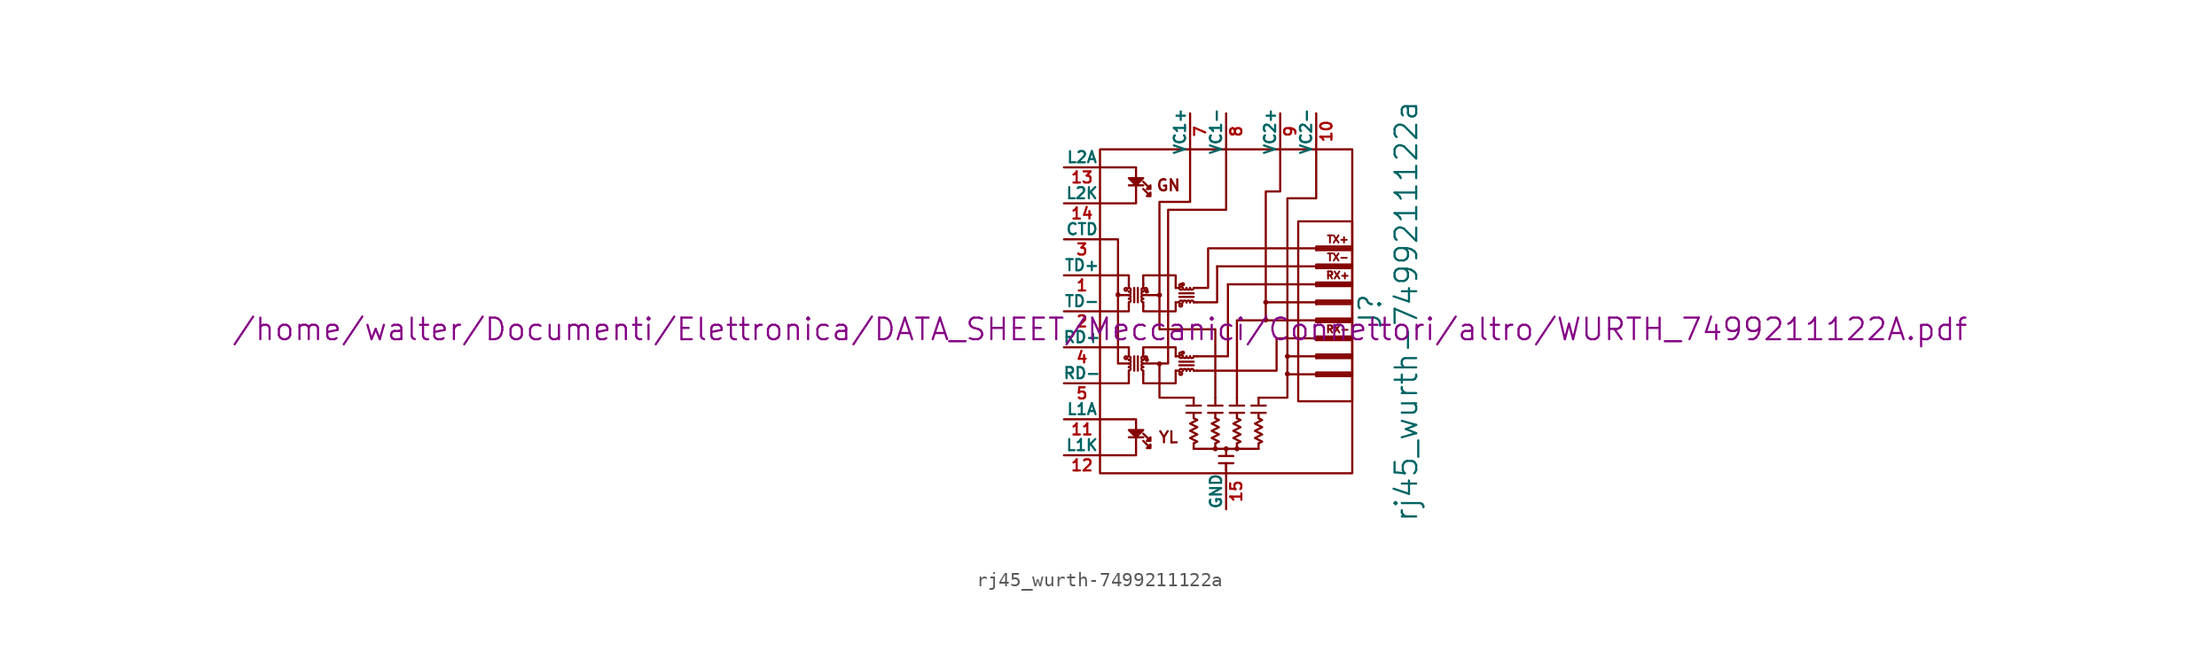
<source format=kicad_sym>
(kicad_symbol_lib
  (version 20201005)
  (generator kicad_symbol_editor)
  (symbol "rj45_wurth-7499211122a"
    (pin_names
      (offset 0))
    (property "Reference" "J"
      (at 11.43 0 90)
      (effects (font (size 1.524 1.524))))
    (property "Value" "rj45_wurth-7499211122a"
      (at 13.97 0 90)
      (effects (font (size 1.524 1.524))))
    (property "Footprint" ""
      (at -7.62 -1.27 0)
      (effects (font (size 1.524 1.524))))
    (property "Datasheet" "/home/walter/Documenti/Elettronica/DATA_SHEET/Meccanici/Connettori/altro/WURTH_7499211122A.pdf"
      (at -7.62 -1.27 0)
      (effects (font (size 1.524 1.524))))
    (symbol "rj45_wurth-7499211122a_0_0"
      (text "GN" (at -2.794 8.89 0) (effects (font (size 0.787 0.787))))
      (text "RX+" (at 9.144 2.54 0) (effects (font (size 0.508 0.508))))
      (text "RX-" (at 9.144 -1.27 0) (effects (font (size 0.508 0.508))))
      (text "TX+" (at 9.144 5.08 0) (effects (font (size 0.508 0.508))))
      (text "TX-" (at 9.144 3.81 0) (effects (font (size 0.508 0.508))))
      (text "YL" (at -2.794 -8.89 0) (effects (font (size 0.787 0.787))))
      (polyline (pts (xy -1.016 -6.096) (xy -1.016 -6.655)) (stroke (width 0)) (fill (type none)))
      (polyline (pts (xy 0.508 -6.096) (xy 0.508 -6.655)) (stroke (width 0)) (fill (type none)))
      (polyline (pts (xy 1.27 -10.719) (xy 1.27 -11.405)) (stroke (width 0)) (fill (type none)))
      (polyline (pts (xy 2.032 -6.096) (xy 2.032 -6.655)) (stroke (width 0)) (fill (type none)))
      (polyline (pts (xy 3.556 -6.096) (xy 3.556 -6.655)) (stroke (width 0)) (fill (type none)))
      (polyline (pts (xy -3.429 1.143) (xy -3.429 7.722) (xy -1.27 7.722) (xy -1.27 11.455)) (stroke (width 0)) (fill (type none)))
      (polyline (pts (xy 5.08 11.455) (xy 5.08 8.458) (xy 4.064 8.458) (xy 4.064 0.635)) (stroke (width 0)) (fill (type none)))
      (polyline (pts (xy 1.27 11.455) (xy 1.27 7.163) (xy -2.819 7.163) (xy -2.819 -3.683) (xy -3.429 -3.683)) (stroke (width 0)) (fill (type none)))
      (polyline (pts (xy 5.588 -3.175) (xy 5.588 7.976) (xy 7.595 7.976) (xy 7.62 7.976) (xy 7.62 11.455)) (stroke (width 0)) (fill (type none))))
    (symbol "rj45_wurth-7499211122a_0_1"
      (arc (start -5.588 -4.191) (end -5.588 -3.937) (radius (at -5.588 -4.064) (length 0.127) (angles -89.9 89.9)) (stroke (width 0)) (fill (type none)))
      (arc (start -5.588 -3.937) (end -5.588 -3.683) (radius (at -5.588 -3.81) (length 0.127) (angles -89.9 89.9)) (stroke (width 0)) (fill (type none)))
      (arc (start -5.588 -3.683) (end -5.588 -3.429) (radius (at -5.588 -3.556) (length 0.127) (angles -89.9 89.9)) (stroke (width 0)) (fill (type none)))
      (arc (start -5.588 -3.429) (end -5.588 -3.175) (radius (at -5.588 -3.302) (length 0.127) (angles -89.9 89.9)) (stroke (width 0)) (fill (type none)))
      (arc (start -5.588 0.635) (end -5.588 0.889) (radius (at -5.588 0.762) (length 0.127) (angles -89.9 89.9)) (stroke (width 0)) (fill (type none)))
      (arc (start -5.588 0.889) (end -5.588 1.143) (radius (at -5.588 1.016) (length 0.127) (angles -89.9 89.9)) (stroke (width 0)) (fill (type none)))
      (arc (start -5.588 1.143) (end -5.588 1.397) (radius (at -5.588 1.27) (length 0.127) (angles -89.9 89.9)) (stroke (width 0)) (fill (type none)))
      (arc (start -5.588 1.397) (end -5.588 1.651) (radius (at -5.588 1.524) (length 0.127) (angles -89.9 89.9)) (stroke (width 0)) (fill (type none)))
      (arc (start -4.572 -3.937) (end -4.572 -4.191) (radius (at -4.572 -4.064) (length 0.127) (angles 90.1 -90.1)) (stroke (width 0)) (fill (type none)))
      (arc (start -4.572 -3.683) (end -4.572 -3.937) (radius (at -4.572 -3.81) (length 0.127) (angles 90.1 -90.1)) (stroke (width 0)) (fill (type none)))
      (arc (start -4.572 -3.429) (end -4.572 -3.683) (radius (at -4.572 -3.556) (length 0.127) (angles 90.1 -90.1)) (stroke (width 0)) (fill (type none)))
      (arc (start -4.572 -3.175) (end -4.572 -3.429) (radius (at -4.572 -3.302) (length 0.127) (angles 90.1 -90.1)) (stroke (width 0)) (fill (type none)))
      (arc (start -4.572 0.889) (end -4.572 0.635) (radius (at -4.572 0.762) (length 0.127) (angles 90.1 -90.1)) (stroke (width 0)) (fill (type none)))
      (arc (start -4.572 1.143) (end -4.572 0.889) (radius (at -4.572 1.016) (length 0.127) (angles 90.1 -90.1)) (stroke (width 0)) (fill (type none)))
      (arc (start -4.572 1.397) (end -4.572 1.143) (radius (at -4.572 1.27) (length 0.127) (angles 90.1 -90.1)) (stroke (width 0)) (fill (type none)))
      (arc (start -4.572 1.651) (end -4.572 1.397) (radius (at -4.572 1.524) (length 0.127) (angles 90.1 -90.1)) (stroke (width 0)) (fill (type none)))
      (arc (start -1.778 -4.191) (end -2.032 -4.191) (radius (at -1.905 -4.191) (length 0.127) (angles 0.1 179.9)) (stroke (width 0)) (fill (type none)))
      (arc (start -2.032 -3.175) (end -1.778 -3.175) (radius (at -1.905 -3.175) (length 0.127) (angles -179.9 -0.1)) (stroke (width 0)) (fill (type none)))
      (arc (start -1.778 0.635) (end -2.032 0.635) (radius (at -1.905 0.635) (length 0.127) (angles 0.1 179.9)) (stroke (width 0)) (fill (type none)))
      (arc (start -2.032 1.651) (end -1.778 1.651) (radius (at -1.905 1.651) (length 0.127) (angles -179.9 -0.1)) (stroke (width 0)) (fill (type none)))
      (arc (start -1.524 -4.191) (end -1.778 -4.191) (radius (at -1.651 -4.191) (length 0.127) (angles 0.1 179.9)) (stroke (width 0)) (fill (type none)))
      (arc (start -1.778 -3.175) (end -1.524 -3.175) (radius (at -1.651 -3.175) (length 0.127) (angles -179.9 -0.1)) (stroke (width 0)) (fill (type none)))
      (arc (start -1.524 0.635) (end -1.778 0.635) (radius (at -1.651 0.635) (length 0.127) (angles 0.1 179.9)) (stroke (width 0)) (fill (type none)))
      (arc (start -1.778 1.651) (end -1.524 1.651) (radius (at -1.651 1.651) (length 0.127) (angles -179.9 -0.1)) (stroke (width 0)) (fill (type none)))
      (arc (start -1.27 -4.191) (end -1.524 -4.191) (radius (at -1.397 -4.191) (length 0.127) (angles 0.1 179.9)) (stroke (width 0)) (fill (type none)))
      (arc (start -1.524 -3.175) (end -1.27 -3.175) (radius (at -1.397 -3.175) (length 0.127) (angles -179.9 -0.1)) (stroke (width 0)) (fill (type none)))
      (arc (start -1.27 0.635) (end -1.524 0.635) (radius (at -1.397 0.635) (length 0.127) (angles 0.1 179.9)) (stroke (width 0)) (fill (type none)))
      (arc (start -1.524 1.651) (end -1.27 1.651) (radius (at -1.397 1.651) (length 0.127) (angles -179.9 -0.1)) (stroke (width 0)) (fill (type none)))
      (arc (start -1.016 -4.191) (end -1.27 -4.191) (radius (at -1.143 -4.191) (length 0.127) (angles 0.1 179.9)) (stroke (width 0)) (fill (type none)))
      (arc (start -1.27 -3.175) (end -1.016 -3.175) (radius (at -1.143 -3.175) (length 0.127) (angles -179.9 -0.1)) (stroke (width 0)) (fill (type none)))
      (arc (start -1.016 0.635) (end -1.27 0.635) (radius (at -1.143 0.635) (length 0.127) (angles 0.1 179.9)) (stroke (width 0)) (fill (type none)))
      (arc (start -1.27 1.651) (end -1.016 1.651) (radius (at -1.143 1.651) (length 0.127) (angles -179.9 -0.1)) (stroke (width 0)) (fill (type none)))
      (circle (center -6.35 1.168) (radius 0.102) (stroke (width 0)) (fill (type none)))
      (circle (center -5.791 -3.277) (radius 0.025) (stroke (width 0)) (fill (type none)))
      (circle (center -5.791 1.549) (radius 0.025) (stroke (width 0)) (fill (type none)))
      (circle (center -4.394 -3.277) (radius 0.025) (stroke (width 0)) (fill (type none)))
      (circle (center -4.394 1.549) (radius 0.025) (stroke (width 0)) (fill (type none)))
      (circle (center -4.318 -3.429) (radius 0) (stroke (width 0)) (fill (type none)))
      (circle (center -4.318 1.397) (radius 0) (stroke (width 0)) (fill (type none)))
      (circle (center -3.429 -3.708) (radius 0.102) (stroke (width 0)) (fill (type none)))
      (circle (center -3.429 1.143) (radius 0.102) (stroke (width 0)) (fill (type none)))
      (circle (center -1.93 -4.394) (radius 0.025) (stroke (width 0)) (fill (type none)))
      (circle (center -1.93 -2.997) (radius 0.025) (stroke (width 0)) (fill (type none)))
      (circle (center -1.93 0.432) (radius 0.025) (stroke (width 0)) (fill (type none)))
      (circle (center -1.93 1.829) (radius 0.025) (stroke (width 0)) (fill (type none)))
      (circle (center -1.778 -2.921) (radius 0) (stroke (width 0)) (fill (type none)))
      (circle (center -1.778 1.905) (radius 0) (stroke (width 0)) (fill (type none)))
      (circle (center 0.508 -9.703) (radius 0.102) (stroke (width 0)) (fill (type none)))
      (circle (center 1.27 -9.703) (radius 0.102) (stroke (width 0)) (fill (type none)))
      (circle (center 2.032 -9.703) (radius 0.102) (stroke (width 0)) (fill (type none)))
      (circle (center 4.064 -0.61) (radius 0.102) (stroke (width 0)) (fill (type none)))
      (circle (center 4.064 0.635) (radius 0.102) (stroke (width 0)) (fill (type none)))
      (circle (center 5.588 -4.42) (radius 0.102) (stroke (width 0)) (fill (type none)))
      (circle (center 5.588 -3.175) (radius 0.102) (stroke (width 0)) (fill (type none)))
      (rectangle (start 10.16 6.35) (end 6.35 -6.35) (stroke (width 0)) (fill (type none)))
      (rectangle (start 10.16 11.43) (end -7.62 -11.43) (stroke (width 0)) (fill (type none)))
      (polyline (pts (xy -6.35 1.143) (xy -5.588 1.143)) (stroke (width 0)) (fill (type none)))
      (polyline (pts (xy -5.588 -8.89) (xy -4.572 -8.89)) (stroke (width 0)) (fill (type none)))
      (polyline (pts (xy -5.588 -4.191) (xy -5.588 -4.445)) (stroke (width 0)) (fill (type none)))
      (polyline (pts (xy -5.588 -2.921) (xy -5.588 -3.175)) (stroke (width 0)) (fill (type none)))
      (polyline (pts (xy -5.588 0.635) (xy -5.588 0.381)) (stroke (width 0)) (fill (type none)))
      (polyline (pts (xy -5.588 1.905) (xy -5.588 1.651)) (stroke (width 0)) (fill (type none)))
      (polyline (pts (xy -5.588 8.89) (xy -4.572 8.89)) (stroke (width 0)) (fill (type none)))
      (polyline (pts (xy -5.207 -4.191) (xy -5.207 -3.175)) (stroke (width 0)) (fill (type none)))
      (polyline (pts (xy -5.207 0.635) (xy -5.207 1.651)) (stroke (width 0)) (fill (type none)))
      (polyline (pts (xy -4.953 -3.175) (xy -4.953 -4.191)) (stroke (width 0)) (fill (type none)))
      (polyline (pts (xy -4.953 1.651) (xy -4.953 0.635)) (stroke (width 0)) (fill (type none)))
      (polyline (pts (xy -4.572 -4.191) (xy -4.572 -4.445)) (stroke (width 0)) (fill (type none)))
      (polyline (pts (xy -4.572 -2.921) (xy -4.572 -3.175)) (stroke (width 0)) (fill (type none)))
      (polyline (pts (xy -4.572 0.635) (xy -4.572 0.381)) (stroke (width 0)) (fill (type none)))
      (polyline (pts (xy -4.572 1.905) (xy -4.572 1.651)) (stroke (width 0)) (fill (type none)))
      (polyline (pts (xy -2.286 -4.191) (xy -2.032 -4.191)) (stroke (width 0)) (fill (type none)))
      (polyline (pts (xy -2.286 -3.175) (xy -2.032 -3.175)) (stroke (width 0)) (fill (type none)))
      (polyline (pts (xy -2.286 0.635) (xy -2.032 0.635)) (stroke (width 0)) (fill (type none)))
      (polyline (pts (xy -2.286 1.651) (xy -2.032 1.651)) (stroke (width 0)) (fill (type none)))
      (polyline (pts (xy -2.032 -3.556) (xy -1.016 -3.556)) (stroke (width 0)) (fill (type none)))
      (polyline (pts (xy -2.032 1.27) (xy -1.016 1.27)) (stroke (width 0)) (fill (type none)))
      (polyline (pts (xy -1.524 -6.655) (xy -0.508 -6.655)) (stroke (width 0)) (fill (type none)))
      (polyline (pts (xy -1.016 -9.703) (xy -1.016 -9.322)) (stroke (width 0)) (fill (type none)))
      (polyline (pts (xy -1.016 -7.544) (xy -1.016 -7.163)) (stroke (width 0)) (fill (type none)))
      (polyline (pts (xy -1.016 -4.191) (xy -0.762 -4.191)) (stroke (width 0)) (fill (type none)))
      (polyline (pts (xy -1.016 -3.81) (xy -2.032 -3.81)) (stroke (width 0)) (fill (type none)))
      (polyline (pts (xy -1.016 -3.175) (xy -0.762 -3.175)) (stroke (width 0)) (fill (type none)))
      (polyline (pts (xy -1.016 0.635) (xy -0.762 0.635)) (stroke (width 0)) (fill (type none)))
      (polyline (pts (xy -1.016 1.016) (xy -2.032 1.016)) (stroke (width 0)) (fill (type none)))
      (polyline (pts (xy -1.016 1.651) (xy -0.762 1.651)) (stroke (width 0)) (fill (type none)))
      (polyline (pts (xy -0.508 -7.163) (xy -1.524 -7.163)) (stroke (width 0)) (fill (type none)))
      (polyline (pts (xy 0 -6.655) (xy 1.016 -6.655)) (stroke (width 0)) (fill (type none)))
      (polyline (pts (xy 0.508 -9.703) (xy 0.508 -9.322)) (stroke (width 0)) (fill (type none)))
      (polyline (pts (xy 0.508 -7.544) (xy 0.508 -7.163)) (stroke (width 0)) (fill (type none)))
      (polyline (pts (xy 0.762 -10.211) (xy 1.778 -10.211)) (stroke (width 0)) (fill (type none)))
      (polyline (pts (xy 1.016 -7.163) (xy 0 -7.163)) (stroke (width 0)) (fill (type none)))
      (polyline (pts (xy 1.27 -10.719) (xy 1.27 -11.227)) (stroke (width 0)) (fill (type none)))
      (polyline (pts (xy 1.27 -9.703) (xy 1.27 -10.211)) (stroke (width 0)) (fill (type none)))
      (polyline (pts (xy 1.524 -6.655) (xy 2.54 -6.655)) (stroke (width 0)) (fill (type none)))
      (polyline (pts (xy 1.778 -10.719) (xy 0.762 -10.719)) (stroke (width 0)) (fill (type none)))
      (polyline (pts (xy 2.032 -9.703) (xy 2.032 -9.322)) (stroke (width 0)) (fill (type none)))
      (polyline (pts (xy 2.032 -7.544) (xy 2.032 -7.163)) (stroke (width 0)) (fill (type none)))
      (polyline (pts (xy 2.54 -7.163) (xy 1.524 -7.163)) (stroke (width 0)) (fill (type none)))
      (polyline (pts (xy 3.048 -6.655) (xy 4.064 -6.655)) (stroke (width 0)) (fill (type none)))
      (polyline (pts (xy 3.556 -9.703) (xy -1.016 -9.703)) (stroke (width 0)) (fill (type none)))
      (polyline (pts (xy 3.556 -9.703) (xy 3.556 -9.322)) (stroke (width 0)) (fill (type none)))
      (polyline (pts (xy 3.556 -7.544) (xy 3.556 -7.163)) (stroke (width 0)) (fill (type none)))
      (polyline (pts (xy 4.064 -7.163) (xy 3.048 -7.163)) (stroke (width 0)) (fill (type none)))
      (polyline (pts (xy 4.064 0.635) (xy 4.064 -0.635)) (stroke (width 0)) (fill (type none)))
      (polyline (pts (xy 7.62 -4.572) (xy 10.16 -4.572)) (stroke (width 0)) (fill (type none)))
      (polyline (pts (xy 7.62 -4.445) (xy 5.588 -4.445)) (stroke (width 0)) (fill (type none)))
      (polyline (pts (xy 7.62 -4.445) (xy 10.16 -4.445)) (stroke (width 0)) (fill (type none)))
      (polyline (pts (xy 7.62 -3.302) (xy 10.16 -3.302)) (stroke (width 0)) (fill (type none)))
      (polyline (pts (xy 7.62 -3.175) (xy 10.16 -3.175)) (stroke (width 0)) (fill (type none)))
      (polyline (pts (xy 7.62 -2.032) (xy 10.16 -2.032)) (stroke (width 0)) (fill (type none)))
      (polyline (pts (xy 7.62 -1.905) (xy 4.826 -1.905)) (stroke (width 0)) (fill (type none)))
      (polyline (pts (xy 7.62 -1.905) (xy 10.16 -1.905)) (stroke (width 0)) (fill (type none)))
      (polyline (pts (xy 7.62 -0.762) (xy 10.16 -0.762)) (stroke (width 0)) (fill (type none)))
      (polyline (pts (xy 7.62 -0.635) (xy 4.064 -0.635)) (stroke (width 0)) (fill (type none)))
      (polyline (pts (xy 7.62 -0.635) (xy 10.16 -0.635)) (stroke (width 0)) (fill (type none)))
      (polyline (pts (xy 7.62 0.508) (xy 10.16 0.508)) (stroke (width 0)) (fill (type none)))
      (polyline (pts (xy 7.62 0.635) (xy 4.064 0.635)) (stroke (width 0)) (fill (type none)))
      (polyline (pts (xy 7.62 0.635) (xy 10.16 0.635)) (stroke (width 0)) (fill (type none)))
      (polyline (pts (xy 7.62 1.778) (xy 10.16 1.778)) (stroke (width 0)) (fill (type none)))
      (polyline (pts (xy 7.62 1.905) (xy 1.397 1.905)) (stroke (width 0)) (fill (type none)))
      (polyline (pts (xy 7.62 1.905) (xy 10.16 1.905)) (stroke (width 0)) (fill (type none)))
      (polyline (pts (xy 7.62 3.048) (xy 10.16 3.048)) (stroke (width 0)) (fill (type none)))
      (polyline (pts (xy 7.62 3.175) (xy 0.635 3.175)) (stroke (width 0)) (fill (type none)))
      (polyline (pts (xy 7.62 3.175) (xy 10.16 3.175)) (stroke (width 0)) (fill (type none)))
      (polyline (pts (xy 7.62 4.318) (xy 10.16 4.318)) (stroke (width 0)) (fill (type none)))
      (polyline (pts (xy 7.62 4.445) (xy 10.16 4.445)) (stroke (width 0)) (fill (type none)))
      (polyline (pts (xy -7.62 -2.54) (xy -5.588 -2.54) (xy -5.588 -2.921)) (stroke (width 0)) (fill (type none)))
      (polyline (pts (xy -7.62 0) (xy -5.588 0) (xy -5.588 0.381)) (stroke (width 0)) (fill (type none)))
      (polyline (pts (xy -7.62 2.54) (xy -5.588 2.54) (xy -5.588 1.905)) (stroke (width 0)) (fill (type none)))
      (polyline (pts (xy -6.35 1.143) (xy -6.35 -3.683) (xy -5.588 -3.683)) (stroke (width 0)) (fill (type none)))
      (polyline (pts (xy -6.35 1.143) (xy -6.35 5.08) (xy -7.62 5.08)) (stroke (width 0)) (fill (type none)))
      (polyline (pts (xy -5.588 -4.445) (xy -5.588 -5.08) (xy -7.62 -5.08)) (stroke (width 0)) (fill (type none)))
      (polyline (pts (xy -5.08 -8.89) (xy -5.08 -10.16) (xy -7.62 -10.16)) (stroke (width 0)) (fill (type none)))
      (polyline (pts (xy -5.08 -8.382) (xy -5.08 -7.62) (xy -7.62 -7.62)) (stroke (width 0)) (fill (type none)))
      (polyline (pts (xy -5.08 8.89) (xy -5.08 7.62) (xy -7.62 7.62)) (stroke (width 0)) (fill (type none)))
      (polyline (pts (xy -5.08 9.398) (xy -5.08 10.16) (xy -7.62 10.16)) (stroke (width 0)) (fill (type none)))
      (polyline (pts (xy 0.508 -6.096) (xy 0.508 -1.27) (xy -1.778 -1.27)) (stroke (width 0)) (fill (type none)))
      (polyline (pts (xy 0.635 3.175) (xy 0.635 0.635) (xy -0.762 0.635)) (stroke (width 0)) (fill (type none)))
      (polyline (pts (xy 1.397 1.905) (xy 1.397 -3.175) (xy -0.762 -3.175)) (stroke (width 0)) (fill (type none)))
      (polyline (pts (xy 2.032 -6.096) (xy 2.032 -0.635) (xy 4.064 -0.635)) (stroke (width 0)) (fill (type none)))
      (polyline (pts (xy 3.556 -6.096) (xy 5.588 -6.096) (xy 5.588 -4.445)) (stroke (width 0)) (fill (type none)))
      (polyline (pts (xy 4.826 -1.905) (xy 4.826 -4.191) (xy -0.762 -4.191)) (stroke (width 0)) (fill (type none)))
      (polyline (pts (xy 5.588 -4.445) (xy 5.588 -3.175) (xy 7.62 -3.175)) (stroke (width 0)) (fill (type none)))
      (polyline (pts (xy 7.62 -4.572) (xy 7.62 -4.318) (xy 10.16 -4.318)) (stroke (width 0)) (fill (type none)))
      (polyline (pts (xy 7.62 -3.302) (xy 7.62 -3.048) (xy 10.16 -3.048)) (stroke (width 0)) (fill (type none)))
      (polyline (pts (xy 7.62 -2.032) (xy 7.62 -1.778) (xy 10.16 -1.778)) (stroke (width 0)) (fill (type none)))
      (polyline (pts (xy 7.62 -0.762) (xy 7.62 -0.508) (xy 10.16 -0.508)) (stroke (width 0)) (fill (type none)))
      (polyline (pts (xy 7.62 0.508) (xy 7.62 0.762) (xy 10.16 0.762)) (stroke (width 0)) (fill (type none)))
      (polyline (pts (xy 7.62 1.778) (xy 7.62 2.032) (xy 10.16 2.032)) (stroke (width 0)) (fill (type none)))
      (polyline (pts (xy 7.62 3.048) (xy 7.62 3.302) (xy 10.16 3.302)) (stroke (width 0)) (fill (type none)))
      (polyline (pts (xy 7.62 4.318) (xy 7.62 4.572) (xy 10.16 4.572)) (stroke (width 0)) (fill (type none)))
      (polyline (pts (xy -4.572 -4.445) (xy -4.572 -5.08) (xy -2.286 -5.08) (xy -2.286 -4.191)) (stroke (width 0)) (fill (type none)))
      (polyline (pts (xy -4.572 -3.683) (xy -3.429 -3.683) (xy -3.429 -6.096) (xy -1.016 -6.096)) (stroke (width 0)) (fill (type none)))
      (polyline (pts (xy -4.572 -2.921) (xy -4.572 -2.54) (xy -2.286 -2.54) (xy -2.286 -3.175)) (stroke (width 0)) (fill (type none)))
      (polyline (pts (xy -4.572 0.381) (xy -4.572 0) (xy -2.286 0) (xy -2.286 0.635)) (stroke (width 0)) (fill (type none)))
      (polyline (pts (xy -4.572 1.143) (xy -3.429 1.143) (xy -3.429 -1.27) (xy -1.778 -1.27)) (stroke (width 0)) (fill (type none)))
      (polyline (pts (xy -4.572 1.905) (xy -4.572 2.54) (xy -2.286 2.54) (xy -2.286 1.651)) (stroke (width 0)) (fill (type none)))
      (polyline (pts (xy 7.62 4.445) (xy 0 4.445) (xy 0 1.651) (xy -0.762 1.651)) (stroke (width 0)) (fill (type none)))
      (polyline (pts (xy -4.572 -9.144) (xy -4.064 -9.652) (xy -4.064 -9.398) (xy -4.318 -9.652) (xy -4.064 -9.652)) (stroke (width 0)) (fill (type none)))
      (polyline (pts (xy -4.572 -8.636) (xy -4.064 -9.144) (xy -4.064 -8.89) (xy -4.318 -9.144) (xy -4.064 -9.144)) (stroke (width 0)) (fill (type none)))
      (polyline (pts (xy -4.572 8.636) (xy -4.064 8.128) (xy -4.064 8.382) (xy -4.318 8.128) (xy -4.064 8.128)) (stroke (width 0)) (fill (type none)))
      (polyline (pts (xy -4.572 9.144) (xy -4.064 8.636) (xy -4.064 8.89) (xy -4.318 8.636) (xy -4.064 8.636)) (stroke (width 0)) (fill (type none)))
      (polyline (pts (xy -1.016 -7.544) (xy -0.762 -7.671) (xy -1.27 -7.925) (xy -0.762 -8.179) (xy -1.27 -8.433) (xy -0.762 -8.687) (xy -1.27 -8.941) (xy -0.762 -9.195) (xy -1.016 -9.322)) (stroke (width 0)) (fill (type none)))
      (polyline (pts (xy 0.508 -7.544) (xy 0.762 -7.671) (xy 0.254 -7.925) (xy 0.762 -8.179) (xy 0.254 -8.433) (xy 0.762 -8.687) (xy 0.254 -8.941) (xy 0.762 -9.195) (xy 0.508 -9.322)) (stroke (width 0)) (fill (type none)))
      (polyline (pts (xy 2.032 -7.544) (xy 2.286 -7.671) (xy 1.778 -7.925) (xy 2.286 -8.179) (xy 1.778 -8.433) (xy 2.286 -8.687) (xy 1.778 -8.941) (xy 2.286 -9.195) (xy 2.032 -9.322)) (stroke (width 0)) (fill (type none)))
      (polyline (pts (xy 3.556 -7.544) (xy 3.81 -7.671) (xy 3.302 -7.925) (xy 3.81 -8.179) (xy 3.302 -8.433) (xy 3.81 -8.687) (xy 3.302 -8.941) (xy 3.81 -9.195) (xy 3.556 -9.322)) (stroke (width 0)) (fill (type none)))
      (polyline (pts (xy -5.588 -8.382) (xy -5.08 -8.89) (xy -4.572 -8.382) (xy -5.588 -8.382)) (stroke (width 0)) (fill (type outline)))
      (polyline (pts (xy -5.588 9.398) (xy -5.08 8.89) (xy -4.572 9.398) (xy -5.588 9.398)) (stroke (width 0)) (fill (type outline))))
    (symbol "rj45_wurth-7499211122a_1_1"
      (pin passive line (at -10.16 2.54 0) (length 2.54) (name "TD+" (effects (font (size 0.787 0.787)))) (number "1" (effects (font (size 0.787 0.787)))))
      (pin passive line (at 7.62 13.97 270) (length 2.54) (name "VC2-" (effects (font (size 0.787 0.787)))) (number "10" (effects (font (size 0.787 0.787)))))
      (pin passive line (at -10.16 -7.62 0) (length 2.54) (name "L1A" (effects (font (size 0.787 0.787)))) (number "11" (effects (font (size 0.787 0.787)))))
      (pin passive line (at -10.16 -10.16 0) (length 2.54) (name "L1K" (effects (font (size 0.787 0.787)))) (number "12" (effects (font (size 0.787 0.787)))))
      (pin passive line (at -10.16 10.16 0) (length 2.54) (name "L2A" (effects (font (size 0.787 0.787)))) (number "13" (effects (font (size 0.787 0.787)))))
      (pin passive line (at -10.16 7.62 0) (length 2.54) (name "L2K" (effects (font (size 0.787 0.787)))) (number "14" (effects (font (size 0.787 0.787)))))
      (pin passive line (at 1.27 -13.97 90) (length 2.54) (name "GND" (effects (font (size 0.787 0.787)))) (number "15" (effects (font (size 0.787 0.787)))))
      (pin passive line (at -10.16 0 0) (length 2.54) (name "TD-" (effects (font (size 0.787 0.787)))) (number "2" (effects (font (size 0.787 0.787)))))
      (pin passive line (at -10.16 5.08 0) (length 2.54) (name "CTD" (effects (font (size 0.787 0.787)))) (number "3" (effects (font (size 0.787 0.787)))))
      (pin passive line (at -10.16 -2.54 0) (length 2.54) (name "RD+" (effects (font (size 0.787 0.787)))) (number "4" (effects (font (size 0.787 0.787)))))
      (pin passive line (at -10.16 -5.08 0) (length 2.54) (name "RD-" (effects (font (size 0.787 0.787)))) (number "5" (effects (font (size 0.787 0.787)))))
      (pin passive line (at -1.27 13.97 270) (length 2.54) (name "VC1+" (effects (font (size 0.787 0.787)))) (number "7" (effects (font (size 0.787 0.787)))))
      (pin passive line (at 1.27 13.97 270) (length 2.54) (name "VC1-" (effects (font (size 0.787 0.787)))) (number "8" (effects (font (size 0.787 0.787)))))
      (pin passive line (at 5.08 13.97 270) (length 2.54) (name "VC2+" (effects (font (size 0.787 0.787)))) (number "9" (effects (font (size 0.787 0.787))))))))
</source>
